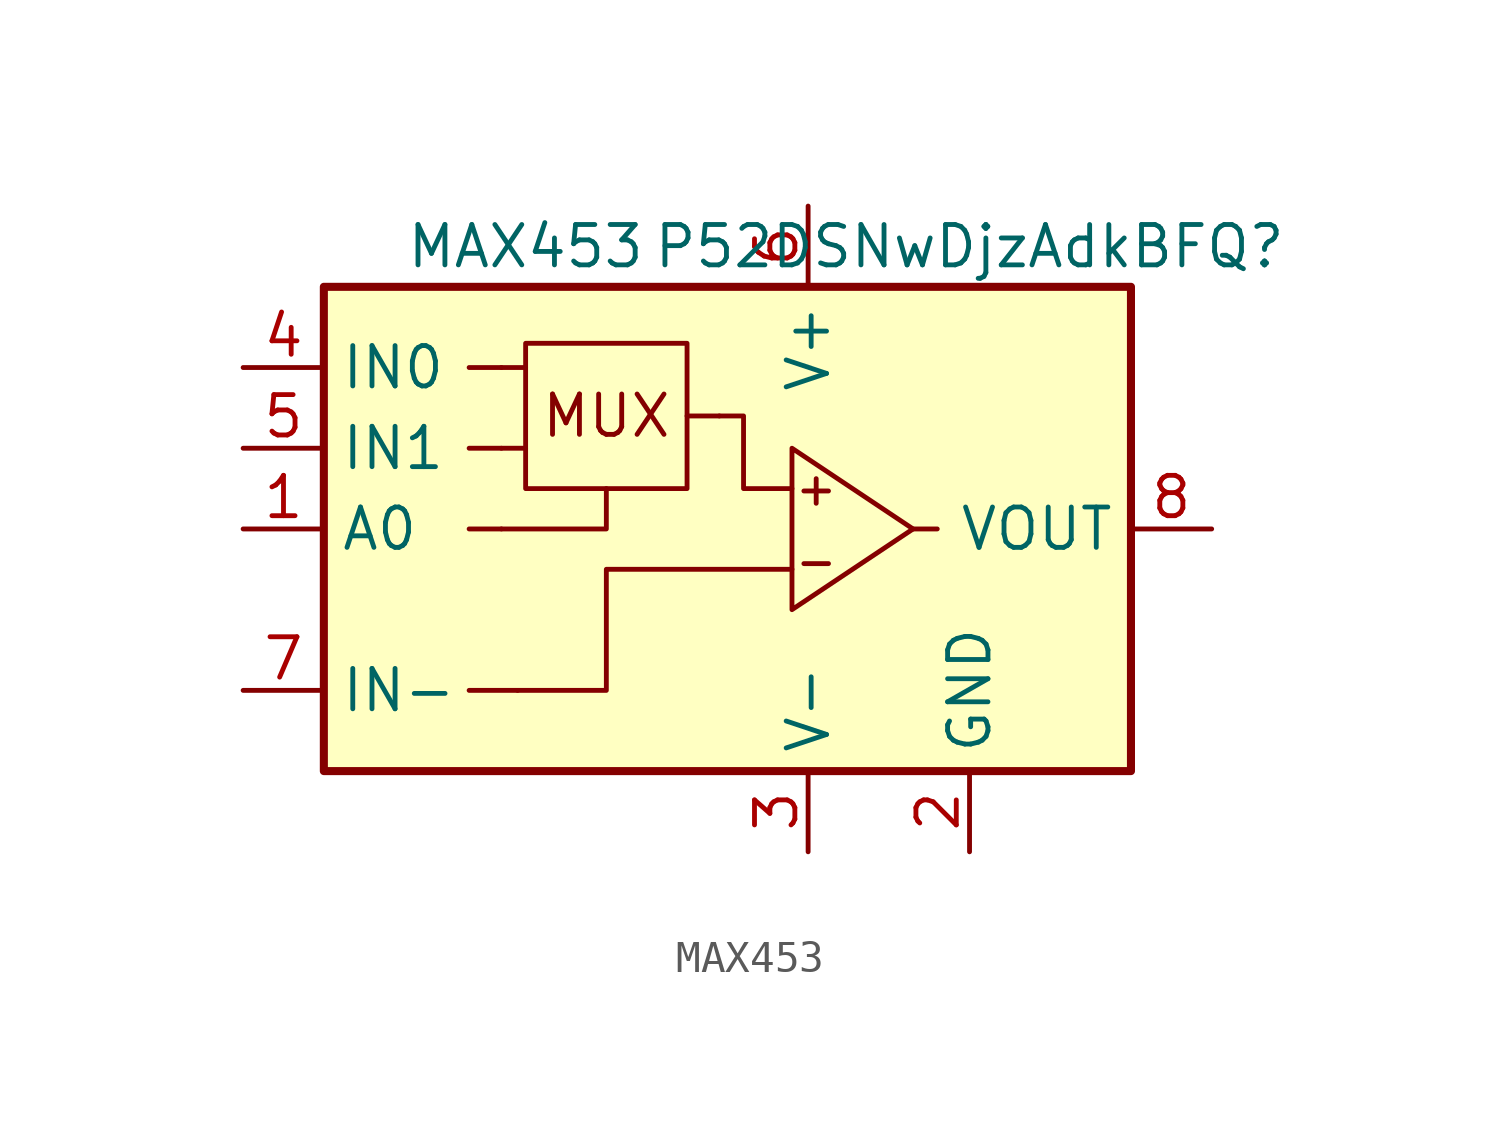
<source format=kicad_sym>
(kicad_symbol_lib
  (version 20201005)
  (generator kicad_symbol_editor)
  (symbol "Amplifier_Video:MAX453"
    (property "Reference" "P52DSNwDjzAdkBFQ"
      (at 7.62 8.89 0)
      (effects (font (size 1.27 1.27))))
    (property "Value" "MAX453"
      (at -6.35 8.89 0)
      (effects (font (size 1.27 1.27))))
    (symbol "MAX453_0_0"
      (text "+" (at 2.794 1.27 0) (effects (font (size 1.016 1.016))))
      (text "-" (at 2.794 -1.016 0) (effects (font (size 1.016 1.016))))
      (text "MUX" (at -3.81 3.556 0) (effects (font (size 1.27 1.27))))
      (rectangle (start -12.7 7.62) (end 12.7 -7.62) (stroke (width 0.254)) (fill (type background)))
      (rectangle (start -6.35 5.842) (end -1.27 1.27) (stroke (width 0)) (fill (type none)))
      (polyline (pts (xy -6.35 2.54) (xy -7.112 2.54)) (stroke (width 0)) (fill (type none)))
      (polyline (pts (xy -6.35 5.08) (xy -7.112 5.08)) (stroke (width 0)) (fill (type none)))
      (polyline (pts (xy -1.27 3.556) (xy -0.254 3.556)) (stroke (width 0)) (fill (type none)))
      (polyline (pts (xy -3.81 1.27) (xy -3.81 0) (xy -7.112 0)) (stroke (width 0)) (fill (type none)))
      (polyline (pts (xy 2.032 1.27) (xy 0.508 1.27) (xy 0.508 3.556) (xy -0.254 3.556)) (stroke (width 0)) (fill (type none)))
      (polyline (pts (xy 5.842 0) (xy 2.032 2.54) (xy 2.032 -2.54) (xy 5.842 0)) (stroke (width 0)) (fill (type none)))
      (polyline (pts (xy 2.032 -1.27) (xy 0.508 -1.27) (xy -3.81 -1.27) (xy -3.81 -5.08) (xy -6.604 -5.08)) (stroke (width 0)) (fill (type none))))
    (symbol "MAX453_0_1"
      (polyline (pts (xy -8.128 2.54) (xy -7.112 2.54)) (stroke (width 0)) (fill (type none)))
      (polyline (pts (xy -7.112 0) (xy -8.128 0)) (stroke (width 0)) (fill (type none)))
      (polyline (pts (xy -7.112 5.08) (xy -8.128 5.08)) (stroke (width 0)) (fill (type none)))
      (polyline (pts (xy -6.604 -5.08) (xy -8.128 -5.08)) (stroke (width 0)) (fill (type none)))
      (polyline (pts (xy 5.842 0) (xy 6.604 0)) (stroke (width 0)) (fill (type none))))
    (symbol "MAX453_1_1"
      (pin input line (at -15.24 0 0) (length 2.54) (name "A0" (effects (font (size 1.27 1.27)))) (number "1" (effects (font (size 1.27 1.27)))))
      (pin power_in line (at 7.62 -10.16 90) (length 2.54) (name "GND" (effects (font (size 1.27 1.27)))) (number "2" (effects (font (size 1.27 1.27)))))
      (pin power_in line (at 2.54 -10.16 90) (length 2.54) (name "V-" (effects (font (size 1.27 1.27)))) (number "3" (effects (font (size 1.27 1.27)))))
      (pin input line (at -15.24 5.08 0) (length 2.54) (name "IN0" (effects (font (size 1.27 1.27)))) (number "4" (effects (font (size 1.27 1.27)))))
      (pin input line (at -15.24 2.54 0) (length 2.54) (name "IN1" (effects (font (size 1.27 1.27)))) (number "5" (effects (font (size 1.27 1.27)))))
      (pin power_in line (at 2.54 10.16 270) (length 2.54) (name "V+" (effects (font (size 1.27 1.27)))) (number "6" (effects (font (size 1.27 1.27)))))
      (pin input line (at -15.24 -5.08 0) (length 2.54) (name "IN-" (effects (font (size 1.27 1.27)))) (number "7" (effects (font (size 1.27 1.27)))))
      (pin output line (at 15.24 0 180) (length 2.54) (name "VOUT" (effects (font (size 1.27 1.27)))) (number "8" (effects (font (size 1.27 1.27))))))))
</source>
